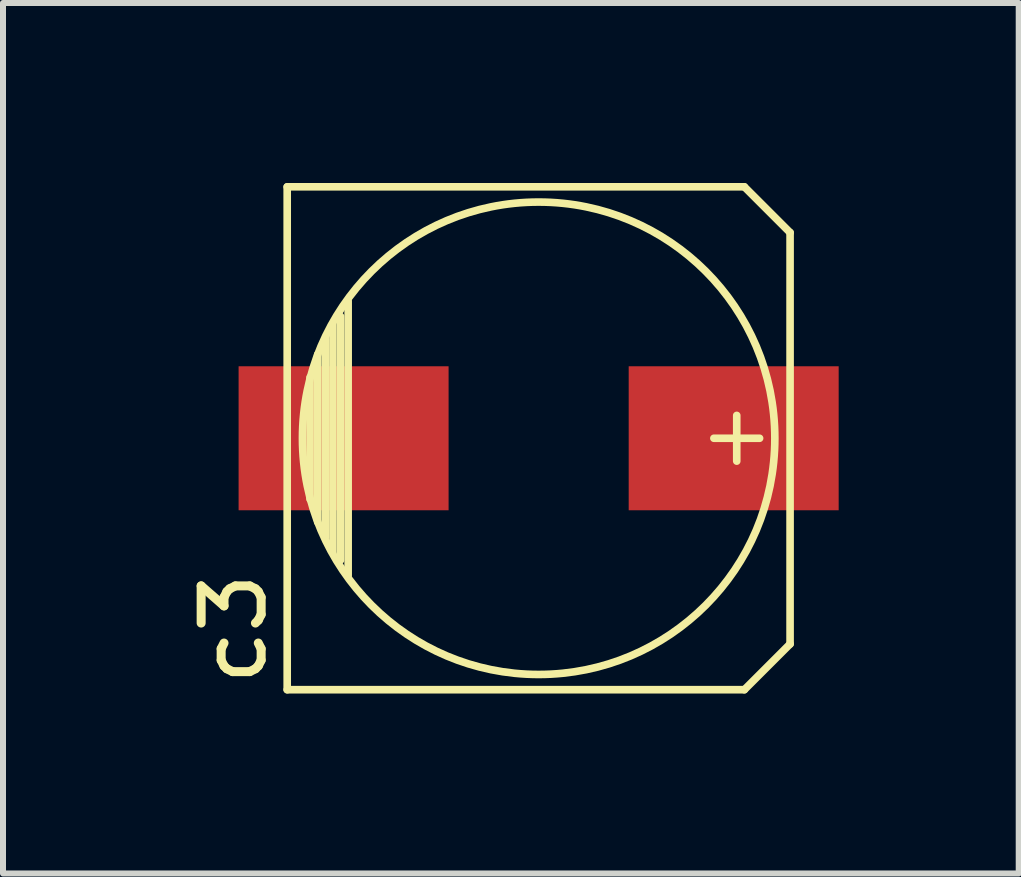
<source format=kicad_pcb>
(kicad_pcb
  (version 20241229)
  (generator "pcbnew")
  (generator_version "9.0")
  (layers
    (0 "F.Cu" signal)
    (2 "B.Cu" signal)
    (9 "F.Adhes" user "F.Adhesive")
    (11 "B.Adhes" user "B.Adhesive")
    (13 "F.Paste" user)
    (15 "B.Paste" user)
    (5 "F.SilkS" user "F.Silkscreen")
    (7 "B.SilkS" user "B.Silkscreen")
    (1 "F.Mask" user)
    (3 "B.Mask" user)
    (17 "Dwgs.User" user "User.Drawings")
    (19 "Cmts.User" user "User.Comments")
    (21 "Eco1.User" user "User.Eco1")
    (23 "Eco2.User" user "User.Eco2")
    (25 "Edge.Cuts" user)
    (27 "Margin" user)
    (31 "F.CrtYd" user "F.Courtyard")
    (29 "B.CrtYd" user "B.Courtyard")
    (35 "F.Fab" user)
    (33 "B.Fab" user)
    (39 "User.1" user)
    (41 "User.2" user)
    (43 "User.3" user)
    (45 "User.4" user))
  (footprint "c3"
    (layer "F.Cu")
    (at 5.928 4.255)
    (property "Reference" "c3" (at -5.08 3.175 90) (layer "F.SilkS") (effects (font (size 1 1) (thickness 0.15))))
    (attr through_hole)
    (fp_line (start -4.191 -4.191) (end -4.191 4.191) (stroke (width 0.127) (type solid)) (layer "F.SilkS"))
    (fp_line (start -4.191 4.191) (end 3.429 4.191) (stroke (width 0.127) (type solid)) (layer "F.SilkS"))
    (fp_line (start -3.81 -1.016) (end -3.81 1.016) (stroke (width 0.127) (type solid)) (layer "F.SilkS"))
    (fp_line (start -3.683 1.397) (end -3.683 -1.397) (stroke (width 0.127) (type solid)) (layer "F.SilkS"))
    (fp_line (start -3.556 -1.651) (end -3.556 1.651) (stroke (width 0.127) (type solid)) (layer "F.SilkS"))
    (fp_line (start -3.429 1.905) (end -3.429 -1.905) (stroke (width 0.127) (type solid)) (layer "F.SilkS"))
    (fp_line (start -3.302 2.032) (end -3.302 -2.032) (stroke (width 0.127) (type solid)) (layer "F.SilkS"))
    (fp_line (start -3.175 -2.286) (end -3.175 2.286) (stroke (width 0.127) (type solid)) (layer "F.SilkS"))
    (fp_line (start 3.302 -0.381) (end 3.302 0.381) (stroke (width 0.127) (type solid)) (layer "F.SilkS"))
    (fp_line (start 3.429 -4.191) (end -4.191 -4.191) (stroke (width 0.127) (type solid)) (layer "F.SilkS"))
    (fp_line (start 3.429 4.191) (end 4.191 3.429) (stroke (width 0.127) (type solid)) (layer "F.SilkS"))
    (fp_line (start 3.683 0) (end 2.921 0) (stroke (width 0.127) (type solid)) (layer "F.SilkS"))
    (fp_line (start 4.191 -3.429) (end 3.429 -4.191) (stroke (width 0.127) (type solid)) (layer "F.SilkS"))
    (fp_line (start 4.191 3.429) (end 4.191 -3.429) (stroke (width 0.127) (type solid)) (layer "F.SilkS"))
    (fp_circle (center 0 0) (end 3.937 0) (stroke (width 0.127) (type solid)) (fill no) (layer "F.SilkS"))
    (pad "1" smd rect (at 3.251 0) (size 3.5 2.4) (layers "F.Cu" "F.Mask" "F.Paste"))
    (pad "2" smd rect (at -3.251 0) (size 3.5 2.4) (layers "F.Cu" "F.Mask" "F.Paste")))
  (gr_rect
    (start -3 -3)
    (end 13.93 11.509)
    (stroke (width 0.1) (type default))
    (fill no)
    (layer "Edge.Cuts")))
</source>
